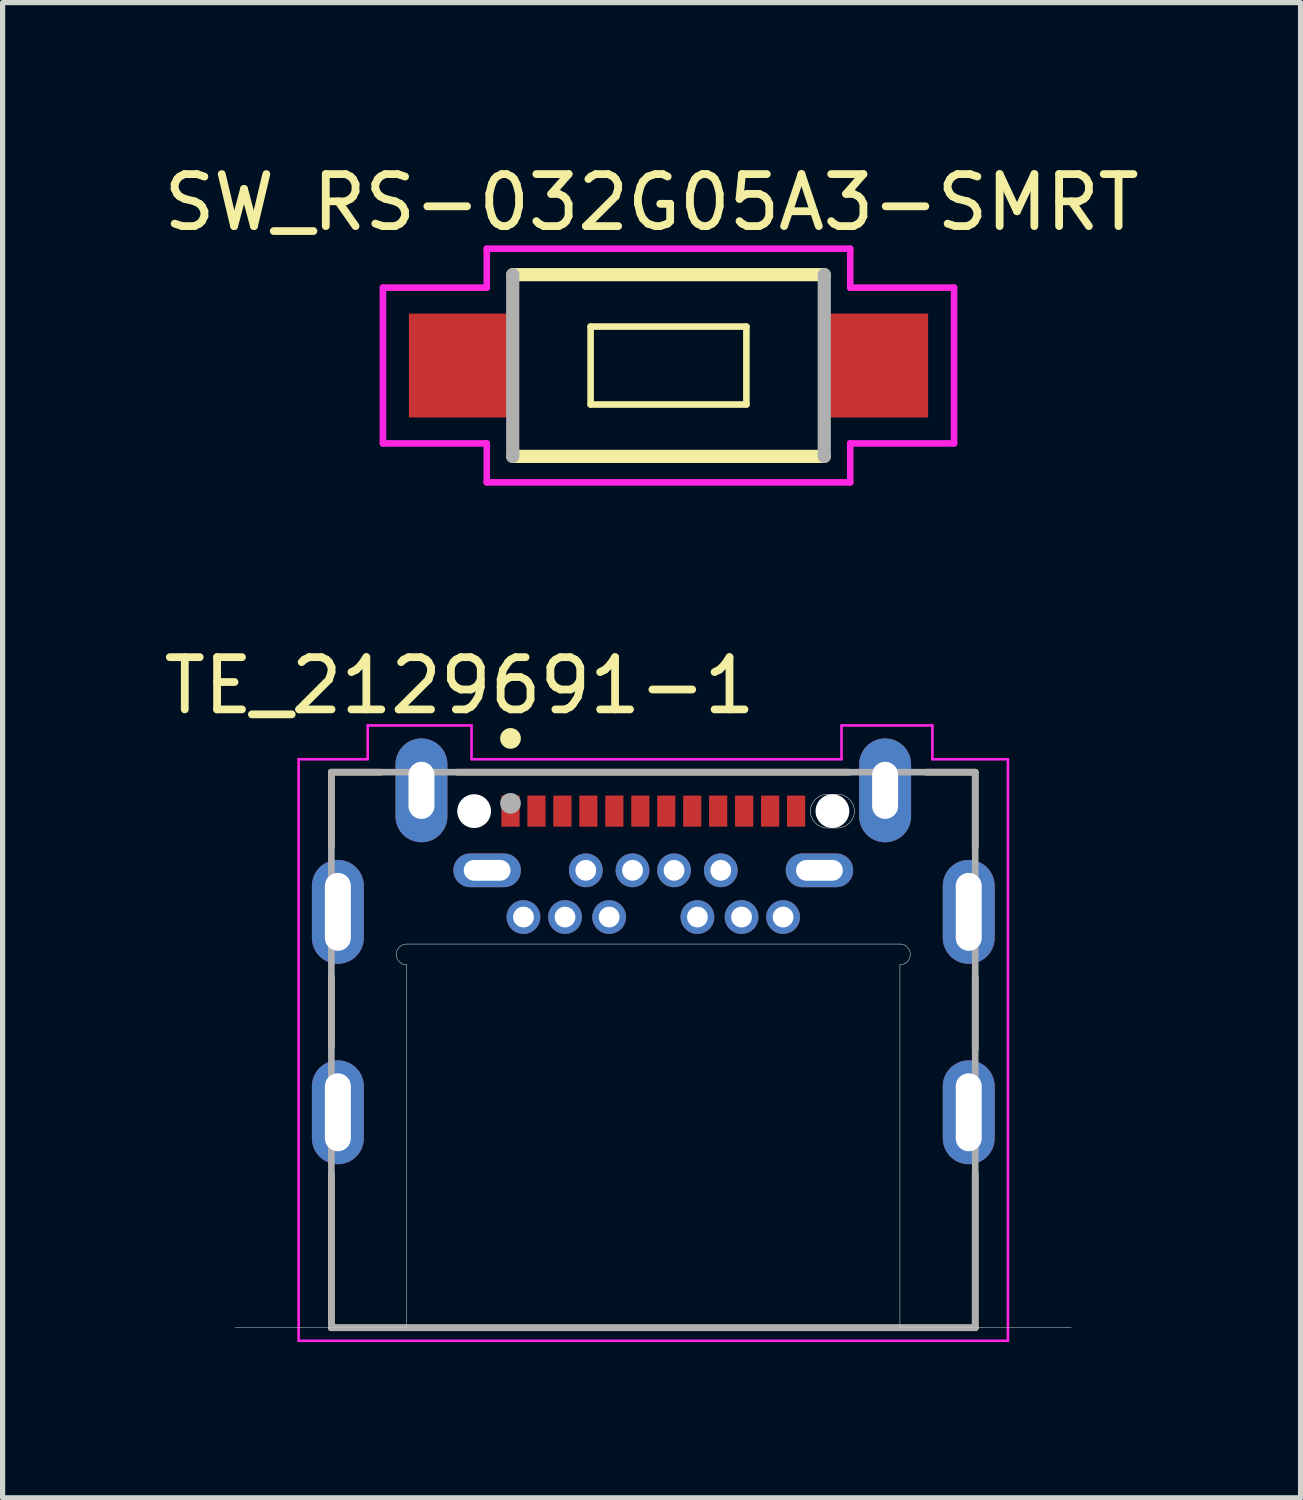
<source format=kicad_pcb>
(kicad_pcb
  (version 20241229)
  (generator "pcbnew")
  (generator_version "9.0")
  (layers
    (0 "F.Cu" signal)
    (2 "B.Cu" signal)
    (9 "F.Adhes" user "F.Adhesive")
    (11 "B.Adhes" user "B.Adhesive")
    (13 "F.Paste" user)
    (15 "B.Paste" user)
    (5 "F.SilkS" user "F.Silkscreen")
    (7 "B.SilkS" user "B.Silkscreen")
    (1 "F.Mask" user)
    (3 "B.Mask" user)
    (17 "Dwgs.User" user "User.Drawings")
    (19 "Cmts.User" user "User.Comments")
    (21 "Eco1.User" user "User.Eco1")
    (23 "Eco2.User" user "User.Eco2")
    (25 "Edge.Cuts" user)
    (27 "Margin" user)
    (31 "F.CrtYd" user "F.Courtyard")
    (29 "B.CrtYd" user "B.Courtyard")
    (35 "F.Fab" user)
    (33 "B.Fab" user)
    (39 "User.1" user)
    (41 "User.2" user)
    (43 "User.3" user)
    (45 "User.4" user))
  (footprint "TE_2129691-1"
    (layer "F.Cu")
    (at 9.532 17.172)
    (property "Reference" "TE_2129691-1" (at -3.73 -7.017 0) (layer "F.SilkS") (effects (font (size 1.006 1.006) (thickness 0.15))))
    (attr through_hole)
    (fp_line (start -6.2 -5.35) (end -5.25 -5.35) (stroke (width 0.127) (type solid)) (layer "F.SilkS"))
    (fp_line (start -6.2 -3.91) (end -6.2 -5.35) (stroke (width 0.127) (type solid)) (layer "F.SilkS"))
    (fp_line (start -6.2 -0.06) (end -6.2 -1.41) (stroke (width 0.127) (type solid)) (layer "F.SilkS"))
    (fp_line (start -6.2 2.39) (end -6.2 5.35) (stroke (width 0.127) (type solid)) (layer "F.SilkS"))
    (fp_line (start -6.2 5.35) (end 6.2 5.35) (stroke (width 0.127) (type solid)) (layer "F.SilkS"))
    (fp_line (start -3.78 -5.35) (end 3.78 -5.35) (stroke (width 0.127) (type solid)) (layer "F.SilkS"))
    (fp_line (start 6.2 -5.35) (end 5.25 -5.35) (stroke (width 0.127) (type solid)) (layer "F.SilkS"))
    (fp_line (start 6.2 -3.91) (end 6.2 -5.35) (stroke (width 0.127) (type solid)) (layer "F.SilkS"))
    (fp_line (start 6.2 -0.01) (end 6.2 -1.41) (stroke (width 0.127) (type solid)) (layer "F.SilkS"))
    (fp_line (start 6.2 5.35) (end 6.2 2.39) (stroke (width 0.127) (type solid)) (layer "F.SilkS"))
    (fp_circle (center -2.75 -6) (end -2.65 -6) (stroke (width 0.2) (type solid)) (fill no) (layer "F.SilkS"))
    (fp_line (start -8.05 5.35) (end -4.75 5.35) (stroke (width 0.01) (type solid)) (layer "Edge.Cuts"))
    (fp_line (start -4.75 -2.04) (end 4.75 -2.04) (stroke (width 0.01) (type solid)) (layer "Edge.Cuts"))
    (fp_line (start -4.75 -1.64) (end -4.75 5.35) (stroke (width 0.01) (type solid)) (layer "Edge.Cuts"))
    (fp_line (start 3.365 -4.925) (end 3.535 -4.925) (stroke (width 0.01) (type solid)) (layer "Edge.Cuts"))
    (fp_line (start 3.535 -4.275) (end 3.365 -4.275) (stroke (width 0.01) (type solid)) (layer "Edge.Cuts"))
    (fp_line (start 4.75 -1.64) (end 4.75 5.35) (stroke (width 0.01) (type solid)) (layer "Edge.Cuts"))
    (fp_line (start 4.75 5.35) (end 8.05 5.35) (stroke (width 0.01) (type solid)) (layer "Edge.Cuts"))
    (fp_arc (start -4.75 -1.64) (mid -4.95 -1.84) (end -4.75 -2.04) (stroke (width 0.01) (type solid)) (layer "Edge.Cuts"))
    (fp_arc (start 3.025 -4.6) (mid 3.12769 -4.832916) (end 3.365 -4.925) (stroke (width 0.01) (type solid)) (layer "Edge.Cuts"))
    (fp_arc (start 3.365 -4.275) (mid 3.12769 -4.367084) (end 3.025 -4.6) (stroke (width 0.01) (type solid)) (layer "Edge.Cuts"))
    (fp_arc (start 3.535 -4.925) (mid 3.77231 -4.832916) (end 3.875 -4.6) (stroke (width 0.01) (type solid)) (layer "Edge.Cuts"))
    (fp_arc (start 3.875 -4.6) (mid 3.77231 -4.367084) (end 3.535 -4.275) (stroke (width 0.01) (type solid)) (layer "Edge.Cuts"))
    (fp_arc (start 4.75 -2.04) (mid 4.95 -1.84) (end 4.75 -1.64) (stroke (width 0.01) (type solid)) (layer "Edge.Cuts"))
    (fp_line (start -6.83 -5.6) (end -6.83 5.6) (stroke (width 0.05) (type solid)) (layer "F.CrtYd"))
    (fp_line (start -6.83 5.6) (end 6.83 5.6) (stroke (width 0.05) (type solid)) (layer "F.CrtYd"))
    (fp_line (start -5.5 -6.25) (end -5.5 -5.6) (stroke (width 0.05) (type solid)) (layer "F.CrtYd"))
    (fp_line (start -5.5 -5.6) (end -6.83 -5.6) (stroke (width 0.05) (type solid)) (layer "F.CrtYd"))
    (fp_line (start -3.5 -6.25) (end -5.5 -6.25) (stroke (width 0.05) (type solid)) (layer "F.CrtYd"))
    (fp_line (start -3.5 -5.6) (end -3.5 -6.25) (stroke (width 0.05) (type solid)) (layer "F.CrtYd"))
    (fp_line (start 3.625 -6.25) (end 3.625 -5.6) (stroke (width 0.05) (type solid)) (layer "F.CrtYd"))
    (fp_line (start 3.625 -5.6) (end -3.5 -5.6) (stroke (width 0.05) (type solid)) (layer "F.CrtYd"))
    (fp_line (start 5.375 -6.25) (end 3.625 -6.25) (stroke (width 0.05) (type solid)) (layer "F.CrtYd"))
    (fp_line (start 5.375 -5.6) (end 5.375 -6.25) (stroke (width 0.05) (type solid)) (layer "F.CrtYd"))
    (fp_line (start 6.83 -5.6) (end 5.375 -5.6) (stroke (width 0.05) (type solid)) (layer "F.CrtYd"))
    (fp_line (start 6.83 5.6) (end 6.83 -5.6) (stroke (width 0.05) (type solid)) (layer "F.CrtYd"))
    (fp_line (start -6.2 -5.35) (end 6.2 -5.35) (stroke (width 0.127) (type solid)) (layer "F.Fab"))
    (fp_line (start -6.2 5.35) (end -6.2 -5.35) (stroke (width 0.127) (type solid)) (layer "F.Fab"))
    (fp_line (start -6.2 5.35) (end 6.2 5.35) (stroke (width 0.127) (type solid)) (layer "F.Fab"))
    (fp_line (start 6.2 -5.35) (end 6.2 5.35) (stroke (width 0.127) (type solid)) (layer "F.Fab"))
    (fp_circle (center -2.75 -4.75) (end -2.65 -4.75) (stroke (width 0.2) (type solid)) (fill no) (layer "F.Fab"))
    (pad "" np_thru_hole circle (at -3.45 -4.6) (size 0.65 0.65) (drill 0.65) (layers "*.Cu" "*.Mask"))
    (pad "" np_thru_hole circle (at 3.45 -4.6) (size 0.65 0.65) (drill 0.65) (layers "*.Cu" "*.Mask"))
    (pad "A1" smd rect (at -2.75 -4.6) (size 0.35 0.6) (layers "F.Cu" "F.Mask" "F.Paste"))
    (pad "A2" smd rect (at -2.25 -4.6) (size 0.35 0.6) (layers "F.Cu" "F.Mask" "F.Paste"))
    (pad "A3" smd rect (at -1.75 -4.6) (size 0.35 0.6) (layers "F.Cu" "F.Mask" "F.Paste"))
    (pad "A4" smd rect (at -1.25 -4.6) (size 0.35 0.6) (layers "F.Cu" "F.Mask" "F.Paste"))
    (pad "A5" smd rect (at -0.75 -4.6) (size 0.35 0.6) (layers "F.Cu" "F.Mask" "F.Paste"))
    (pad "A6" smd rect (at -0.25 -4.6) (size 0.35 0.6) (layers "F.Cu" "F.Mask" "F.Paste"))
    (pad "A7" smd rect (at 0.25 -4.6) (size 0.35 0.6) (layers "F.Cu" "F.Mask" "F.Paste"))
    (pad "A8" smd rect (at 0.75 -4.6) (size 0.35 0.6) (layers "F.Cu" "F.Mask" "F.Paste"))
    (pad "A9" smd rect (at 1.25 -4.6) (size 0.35 0.6) (layers "F.Cu" "F.Mask" "F.Paste"))
    (pad "A10" smd rect (at 1.75 -4.6) (size 0.35 0.6) (layers "F.Cu" "F.Mask" "F.Paste"))
    (pad "A11" smd rect (at 2.25 -4.6) (size 0.35 0.6) (layers "F.Cu" "F.Mask" "F.Paste"))
    (pad "A12" smd rect (at 2.75 -4.6) (size 0.35 0.6) (layers "F.Cu" "F.Mask" "F.Paste"))
    (pad "B1" thru_hole oval (at 3.2 -3.46) (size 1.3 0.65) (drill oval 0.9 0.4) (layers "*.Cu" "*.Mask"))
    (pad "B2" thru_hole circle (at 2.5 -2.56) (size 0.65 0.65) (drill 0.4) (layers "*.Cu" "*.Mask"))
    (pad "B3" thru_hole circle (at 1.7 -2.56) (size 0.65 0.65) (drill 0.4) (layers "*.Cu" "*.Mask"))
    (pad "B4" thru_hole circle (at 1.3 -3.46) (size 0.65 0.65) (drill 0.4) (layers "*.Cu" "*.Mask"))
    (pad "B5" thru_hole circle (at 0.85 -2.56) (size 0.65 0.65) (drill 0.4) (layers "*.Cu" "*.Mask"))
    (pad "B6" thru_hole circle (at 0.4 -3.46) (size 0.65 0.65) (drill 0.4) (layers "*.Cu" "*.Mask"))
    (pad "B7" thru_hole circle (at -0.4 -3.46) (size 0.65 0.65) (drill 0.4) (layers "*.Cu" "*.Mask"))
    (pad "B8" thru_hole circle (at -0.85 -2.56) (size 0.65 0.65) (drill 0.4) (layers "*.Cu" "*.Mask"))
    (pad "B9" thru_hole circle (at -1.3 -3.46) (size 0.65 0.65) (drill 0.4) (layers "*.Cu" "*.Mask"))
    (pad "B10" thru_hole circle (at -1.7 -2.56) (size 0.65 0.65) (drill 0.4) (layers "*.Cu" "*.Mask"))
    (pad "B11" thru_hole circle (at -2.5 -2.56) (size 0.65 0.65) (drill 0.4) (layers "*.Cu" "*.Mask"))
    (pad "B12" thru_hole oval (at -3.2 -3.46) (size 1.3 0.65) (drill oval 0.9 0.4) (layers "*.Cu" "*.Mask"))
    (pad "S1" thru_hole oval (at -6.075 1.2) (size 1 2) (drill oval 0.5 1.5) (layers "*.Cu" "*.Mask"))
    (pad "S2" thru_hole oval (at 6.075 1.2) (size 1 2) (drill oval 0.5 1.5) (layers "*.Cu" "*.Mask"))
    (pad "S3" thru_hole oval (at -6.075 -2.66) (size 1 2) (drill oval 0.5 1.5) (layers "*.Cu" "*.Mask"))
    (pad "S4" thru_hole oval (at 6.075 -2.66) (size 1 2) (drill oval 0.5 1.5) (layers "*.Cu" "*.Mask"))
    (pad "S5" thru_hole oval (at -4.465 -5) (size 1 2) (drill oval 0.5 1.1) (layers "*.Cu" "*.Mask"))
    (pad "S6" thru_hole oval (at 4.465 -5) (size 1 2) (drill oval 0.5 1.1) (layers "*.Cu" "*.Mask")))
  (footprint "SW_RS-032G05A3-SMRT"
    (layer "F.Cu")
    (at 9.825 3.99)
    (property "Reference" "SW_RS-032G05A3-SMRT" (at -0.326 -3.141 0) (layer "F.SilkS") (effects (font (size 1.002 1.002) (thickness 0.15))))
    (attr smd)
    (fp_line (start -3 1.75) (end 3 1.75) (stroke (width 0.254) (type solid)) (layer "F.SilkS"))
    (fp_line (start -1.5 -0.75) (end -1.5 0.75) (stroke (width 0.127) (type solid)) (layer "F.SilkS"))
    (fp_line (start -1.5 0.75) (end 1.5 0.75) (stroke (width 0.127) (type solid)) (layer "F.SilkS"))
    (fp_line (start 1.5 -0.75) (end -1.5 -0.75) (stroke (width 0.127) (type solid)) (layer "F.SilkS"))
    (fp_line (start 1.5 0.75) (end 1.5 -0.75) (stroke (width 0.127) (type solid)) (layer "F.SilkS"))
    (fp_line (start 3 -1.75) (end -3 -1.75) (stroke (width 0.254) (type solid)) (layer "F.SilkS"))
    (fp_line (start -5.5 -1.5) (end -3.5 -1.5) (stroke (width 0.127) (type solid)) (layer "F.CrtYd"))
    (fp_line (start -5.5 1.5) (end -5.5 -1.5) (stroke (width 0.127) (type solid)) (layer "F.CrtYd"))
    (fp_line (start -3.5 -2.25) (end 3.5 -2.25) (stroke (width 0.127) (type solid)) (layer "F.CrtYd"))
    (fp_line (start -3.5 -1.5) (end -3.5 -2.25) (stroke (width 0.127) (type solid)) (layer "F.CrtYd"))
    (fp_line (start -3.5 1.5) (end -5.5 1.5) (stroke (width 0.127) (type solid)) (layer "F.CrtYd"))
    (fp_line (start -3.5 2.25) (end -3.5 1.5) (stroke (width 0.127) (type solid)) (layer "F.CrtYd"))
    (fp_line (start 3.5 -2.25) (end 3.5 -1.5) (stroke (width 0.127) (type solid)) (layer "F.CrtYd"))
    (fp_line (start 3.5 -1.5) (end 5.5 -1.5) (stroke (width 0.127) (type solid)) (layer "F.CrtYd"))
    (fp_line (start 3.5 1.5) (end 3.5 2.25) (stroke (width 0.127) (type solid)) (layer "F.CrtYd"))
    (fp_line (start 3.5 2.25) (end -3.5 2.25) (stroke (width 0.127) (type solid)) (layer "F.CrtYd"))
    (fp_line (start 5.5 -1.5) (end 5.5 1.5) (stroke (width 0.127) (type solid)) (layer "F.CrtYd"))
    (fp_line (start 5.5 1.5) (end 3.5 1.5) (stroke (width 0.127) (type solid)) (layer "F.CrtYd"))
    (fp_line (start -3 -1.75) (end -3 1.75) (stroke (width 0.254) (type solid)) (layer "F.Fab"))
    (fp_line (start 3 1.75) (end 3 -1.75) (stroke (width 0.254) (type solid)) (layer "F.Fab"))
    (pad "1" smd rect (at -4 0) (size 2 2) (layers "F.Cu" "F.Mask" "F.Paste"))
    (pad "2" smd rect (at 4 0) (size 2 2) (layers "F.Cu" "F.Mask" "F.Paste")))
  (gr_rect
    (start -3 -3)
    (end 21.998 25.797)
    (stroke (width 0.1) (type default))
    (fill no)
    (layer "Edge.Cuts")))
</source>
